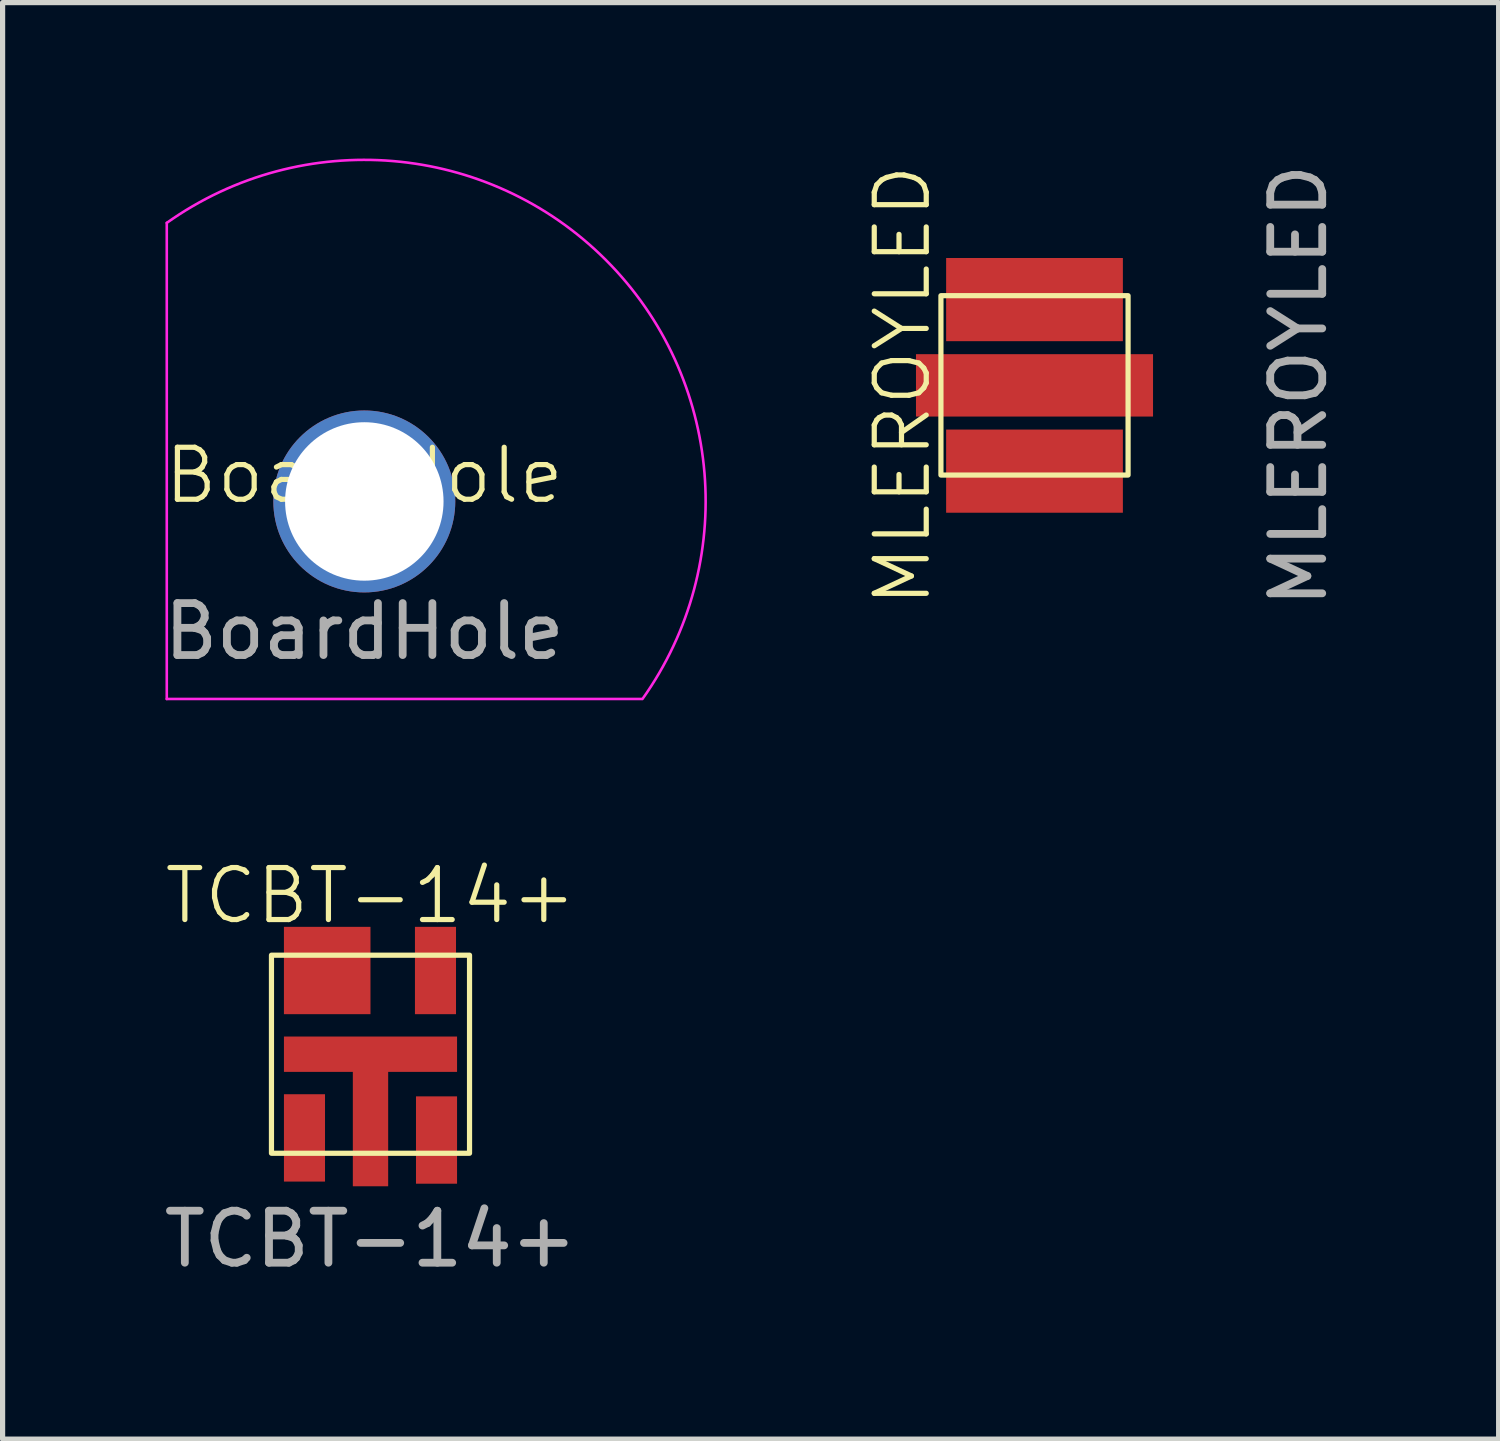
<source format=kicad_pcb>
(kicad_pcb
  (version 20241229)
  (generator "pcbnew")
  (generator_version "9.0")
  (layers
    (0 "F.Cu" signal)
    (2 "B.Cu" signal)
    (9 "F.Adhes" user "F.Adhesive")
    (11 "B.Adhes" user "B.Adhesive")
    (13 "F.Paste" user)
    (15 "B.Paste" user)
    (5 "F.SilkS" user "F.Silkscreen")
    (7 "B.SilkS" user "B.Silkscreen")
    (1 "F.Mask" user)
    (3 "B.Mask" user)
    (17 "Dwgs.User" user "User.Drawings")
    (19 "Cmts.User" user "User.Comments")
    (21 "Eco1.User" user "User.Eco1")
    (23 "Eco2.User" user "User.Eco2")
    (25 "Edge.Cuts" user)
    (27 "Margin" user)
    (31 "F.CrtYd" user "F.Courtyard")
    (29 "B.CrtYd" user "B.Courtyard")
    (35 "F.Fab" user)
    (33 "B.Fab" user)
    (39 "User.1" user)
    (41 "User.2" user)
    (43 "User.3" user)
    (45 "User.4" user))
  (footprint "BoardHole"
    (layer "F.Cu")
    (at 3.958 6.596)
    (property "Reference" "BoardHole" (at 0 -0.5 0) (unlocked yes) (layer "F.SilkS") (effects (font (size 1 1) (thickness 0.1))))
    (attr through_hole)
    (fp_line (start -3.8 -5.359) (end -3.8 3.8) (stroke (width 0.05) (type default)) (layer "F.CrtYd"))
    (fp_line (start -3.8 3.8) (end 5.334 3.8) (stroke (width 0.05) (type default)) (layer "F.CrtYd"))
    (fp_arc (start -3.8 -5.358547) (mid 4.645233 -4.645872) (end 5.350295 3.8) (stroke (width 0.05) (type default)) (layer "F.CrtYd"))
    (fp_text user "${REFERENCE}" (at 0 2.5 0) (unlocked yes) (layer "F.Fab") (effects (font (size 1 1) (thickness 0.15))))
    (pad "" thru_hole circle (at 0 0) (size 3.5 3.5) (drill 3.048) (layers "*.Mask")))
  (footprint "MLEROYLED"
    (layer "F.Cu")
    (at 16.85 4.363)
    (property "Reference" "MLEROYLED" (at -2.54 0 90) (unlocked yes) (layer "F.SilkS") (effects (font (size 1 1) (thickness 0.1))))
    (attr smd)
    (fp_rect (start -1.8 -1.725) (end 1.8 1.725) (stroke (width 0.1) (type solid)) (fill no) (layer "F.SilkS"))
    (fp_text user "${REFERENCE}" (at 5.08 0 90) (unlocked yes) (layer "F.Fab") (effects (font (size 1 1) (thickness 0.15))))
    (pad "1" smd rect (at 0 -1.65) (size 3.4 1.6) (layers "F.Cu" "F.Mask" "F.Paste"))
    (pad "2" smd rect (at 0 1.65) (size 3.4 1.6) (layers "F.Cu" "F.Mask" "F.Paste"))
    (pad "3" smd rect (at 0 0 90) (size 1.2 4.56) (property pad_prop_heatsink) (layers "F.Cu" "F.Mask" "F.Paste")))
  (footprint "TCBT-14+"
    (layer "F.Cu")
    (at 4.077 17.229)
    (property "Reference" "TCBT-14+" (at 0 -3.048 0) (unlocked yes) (layer "F.SilkS") (effects (font (size 1 1) (thickness 0.1))))
    (attr smd)
    (fp_rect (start -1.905 -1.905) (end 1.905 1.905) (stroke (width 0.1) (type default)) (fill no) (layer "F.SilkS"))
    (fp_text user "${REFERENCE}" (at 0 3.556 0) (unlocked yes) (layer "F.Fab") (effects (font (size 1 1) (thickness 0.15))))
    (pad "1" smd rect (at -1.27 1.61) (size 0.79 1.68) (layers "F.Cu" "F.Mask" "F.Paste"))
    (pad "2" smd rect (at 1.27 1.651) (size 0.79 1.68) (layers "F.Cu" "F.Mask" "F.Paste"))
    (pad "3" smd rect (at 1.25 -1.61) (size 0.79 1.68) (layers "F.Cu" "F.Mask" "F.Paste"))
    (pad "4" smd rect (at -0.833 -1.61 90) (size 1.68 1.665) (layers "F.Cu" "F.Mask" "F.Paste"))
    (pad "4" smd rect (at 0 0) (size 3.33 0.68) (layers "F.Cu" "F.Mask" "F.Paste"))
    (pad "4" smd rect (at 0 1.2 90) (size 2.681 0.68) (layers "F.Cu" "F.Mask" "F.Paste")))
  (gr_rect
    (start -3 -3)
    (end 25.778 24.634)
    (stroke (width 0.1) (type default))
    (fill no)
    (layer "Edge.Cuts")))
</source>
